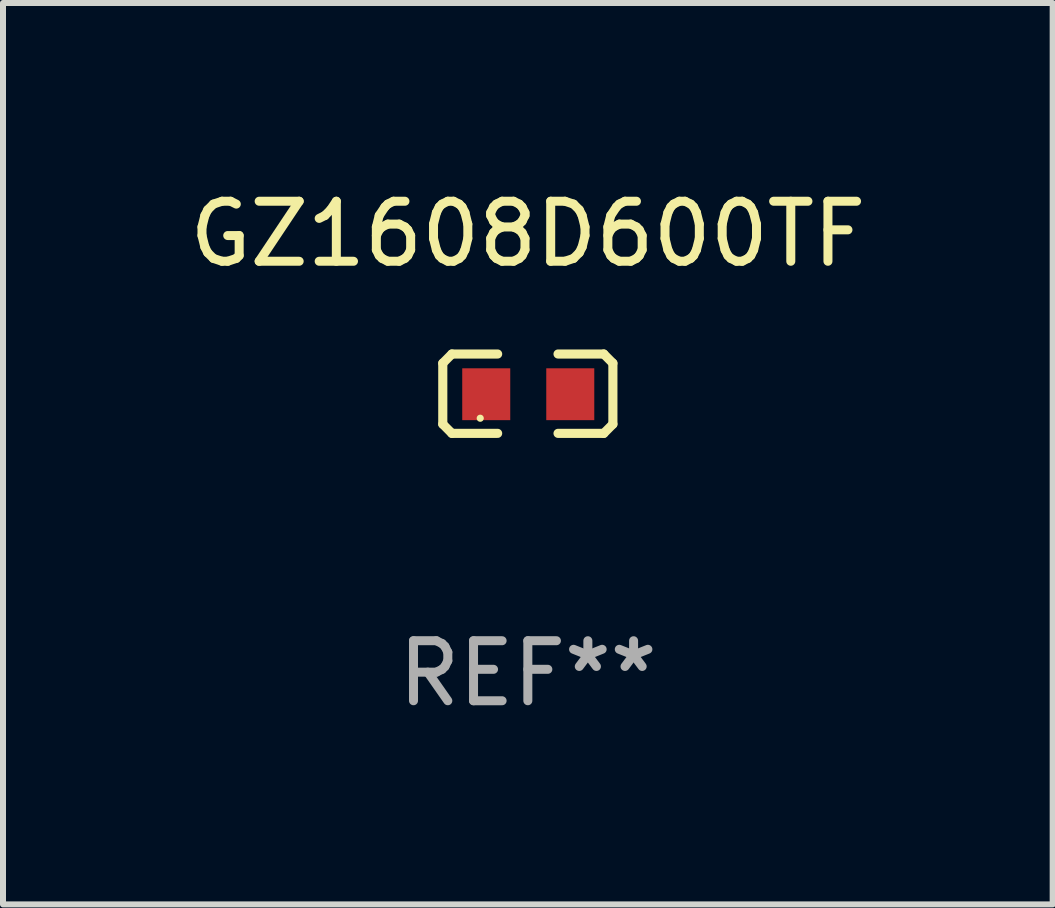
<source format=kicad_pcb>
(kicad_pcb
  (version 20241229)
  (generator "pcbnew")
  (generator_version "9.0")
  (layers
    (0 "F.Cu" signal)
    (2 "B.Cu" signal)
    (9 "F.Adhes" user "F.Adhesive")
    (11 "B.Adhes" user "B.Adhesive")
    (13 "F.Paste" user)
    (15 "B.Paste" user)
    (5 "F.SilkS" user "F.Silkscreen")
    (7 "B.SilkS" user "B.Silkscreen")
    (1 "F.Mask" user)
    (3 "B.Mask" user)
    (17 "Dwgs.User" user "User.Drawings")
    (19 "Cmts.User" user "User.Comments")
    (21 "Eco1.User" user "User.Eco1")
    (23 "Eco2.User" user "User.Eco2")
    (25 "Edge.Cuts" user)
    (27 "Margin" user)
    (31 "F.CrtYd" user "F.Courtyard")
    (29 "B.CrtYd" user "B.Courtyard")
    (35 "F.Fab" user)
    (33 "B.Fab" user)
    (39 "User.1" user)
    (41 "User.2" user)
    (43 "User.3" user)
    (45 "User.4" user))
  (footprint "GZ1608D600TF"
    (layer "F.Cu")
    (at 5.744 3.509)
    (property "Reference" "GZ1608D600TF" (at 0 -2.661 0) (layer "F.SilkS") (effects (font (size 1 1) (thickness 0.15))))
    (attr through_hole)
    (fp_line (start -1.417 -0.508) (end -1.265 -0.661) (stroke (width 0.152) (type solid)) (layer "F.SilkS"))
    (fp_line (start -1.417 0.508) (end -1.417 -0.508) (stroke (width 0.152) (type solid)) (layer "F.SilkS"))
    (fp_line (start -1.265 -0.661) (end -0.503 -0.661) (stroke (width 0.152) (type solid)) (layer "F.SilkS"))
    (fp_line (start -1.265 0.661) (end -1.417 0.508) (stroke (width 0.152) (type solid)) (layer "F.SilkS"))
    (fp_line (start -1.265 0.661) (end -0.503 0.661) (stroke (width 0.152) (type solid)) (layer "F.SilkS"))
    (fp_line (start 1.265 -0.661) (end 0.503 -0.661) (stroke (width 0.152) (type solid)) (layer "F.SilkS"))
    (fp_line (start 1.265 -0.661) (end 1.417 -0.508) (stroke (width 0.152) (type solid)) (layer "F.SilkS"))
    (fp_line (start 1.265 0.661) (end 0.503 0.661) (stroke (width 0.152) (type solid)) (layer "F.SilkS"))
    (fp_line (start 1.417 -0.508) (end 1.417 0.508) (stroke (width 0.152) (type solid)) (layer "F.SilkS"))
    (fp_line (start 1.417 0.508) (end 1.265 0.661) (stroke (width 0.152) (type solid)) (layer "F.SilkS"))
    (fp_circle (center -0.793 0.409) (end -0.763 0.409) (stroke (width 0.06) (type solid)) (fill no) (layer "F.SilkS"))
    (fp_text user "REF**" (at 0 4.661 0) (layer "F.Fab") (effects (font (size 1 1) (thickness 0.15))))
    (pad "1" smd rect (at -0.693 0.009 180) (size 0.8 0.864) (layers "F.Cu" "F.Mask" "F.Paste"))
    (pad "2" smd rect (at 0.707 0.009 180) (size 0.8 0.864) (layers "F.Cu" "F.Mask" "F.Paste")))
  (gr_rect
    (start -3 -3)
    (end 14.488 12.018)
    (stroke (width 0.1) (type default))
    (fill no)
    (layer "Edge.Cuts")))
</source>
